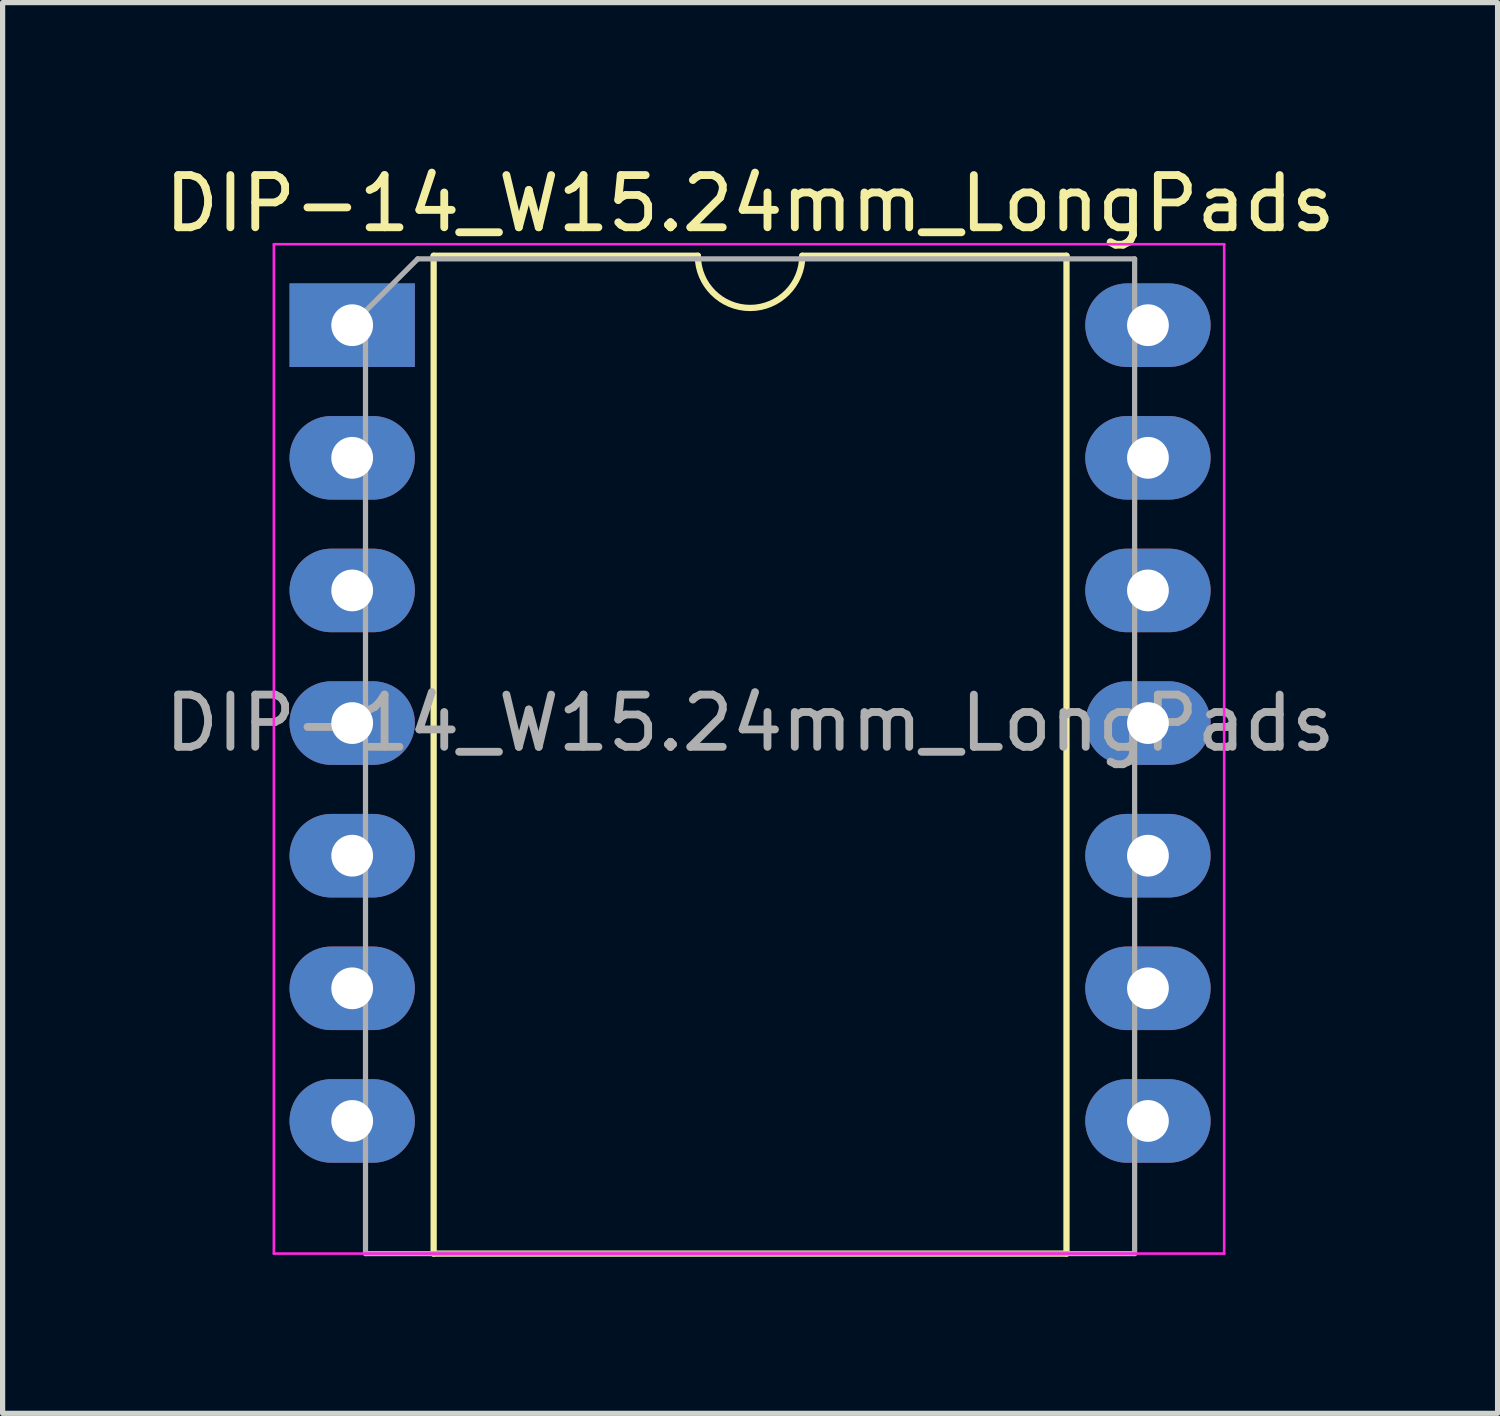
<source format=kicad_pcb>
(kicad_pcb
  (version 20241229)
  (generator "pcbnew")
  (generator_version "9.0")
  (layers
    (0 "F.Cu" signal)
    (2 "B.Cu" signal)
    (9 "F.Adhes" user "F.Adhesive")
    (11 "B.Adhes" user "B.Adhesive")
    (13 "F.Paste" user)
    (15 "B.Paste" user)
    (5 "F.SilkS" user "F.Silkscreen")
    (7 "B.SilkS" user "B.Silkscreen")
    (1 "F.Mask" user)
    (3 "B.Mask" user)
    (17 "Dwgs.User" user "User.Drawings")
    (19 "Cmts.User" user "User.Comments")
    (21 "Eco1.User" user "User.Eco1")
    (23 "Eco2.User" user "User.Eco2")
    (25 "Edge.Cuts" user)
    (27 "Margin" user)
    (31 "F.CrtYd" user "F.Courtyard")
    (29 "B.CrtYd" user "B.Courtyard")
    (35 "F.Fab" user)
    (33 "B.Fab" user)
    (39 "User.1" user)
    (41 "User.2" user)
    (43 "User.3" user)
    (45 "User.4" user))
  (footprint "DIP-14_W15.24mm_LongPads"
    (layer "F.Cu")
    (at 3.695 3.178)
    (property "Reference" "DIP-14_W15.24mm_LongPads" (at 7.62 -2.33 0) (layer "F.SilkS") (effects (font (size 1 1) (thickness 0.15))))
    (attr through_hole)
    (fp_line (start 1.56 -1.33) (end 1.56 17.78) (stroke (width 0.12) (type solid)) (layer "F.SilkS"))
    (fp_line (start 1.56 17.78) (end 13.68 17.78) (stroke (width 0.12) (type solid)) (layer "F.SilkS"))
    (fp_line (start 6.62 -1.33) (end 1.56 -1.33) (stroke (width 0.12) (type solid)) (layer "F.SilkS"))
    (fp_line (start 13.68 -1.33) (end 8.62 -1.33) (stroke (width 0.12) (type solid)) (layer "F.SilkS"))
    (fp_line (start 13.68 17.78) (end 13.68 -1.33) (stroke (width 0.12) (type solid)) (layer "F.SilkS"))
    (fp_arc (start 8.62 -1.33) (mid 7.62 -0.33) (end 6.62 -1.33) (stroke (width 0.12) (type solid)) (layer "F.SilkS"))
    (fp_line (start -1.5 -1.55) (end -1.5 17.78) (stroke (width 0.05) (type solid)) (layer "F.CrtYd"))
    (fp_line (start -1.5 17.78) (end 16.7 17.78) (stroke (width 0.05) (type solid)) (layer "F.CrtYd"))
    (fp_line (start 16.7 -1.55) (end -1.5 -1.55) (stroke (width 0.05) (type solid)) (layer "F.CrtYd"))
    (fp_line (start 16.7 17.78) (end 16.7 -1.55) (stroke (width 0.05) (type solid)) (layer "F.CrtYd"))
    (fp_line (start 0.255 -0.27) (end 1.255 -1.27) (stroke (width 0.1) (type solid)) (layer "F.Fab"))
    (fp_line (start 0.255 17.78) (end 0.255 -0.27) (stroke (width 0.1) (type solid)) (layer "F.Fab"))
    (fp_line (start 1.255 -1.27) (end 14.985 -1.27) (stroke (width 0.1) (type solid)) (layer "F.Fab"))
    (fp_line (start 14.985 -1.27) (end 14.985 17.78) (stroke (width 0.1) (type solid)) (layer "F.Fab"))
    (fp_line (start 14.985 17.78) (end 0.255 17.78) (stroke (width 0.1) (type solid)) (layer "F.Fab"))
    (fp_text user "${REFERENCE}" (at 7.62 7.62 0) (layer "F.Fab") (effects (font (size 1 1) (thickness 0.15))))
    (pad "1" thru_hole rect (at 0 0) (size 2.4 1.6) (drill 0.8) (layers "*.Cu" "*.Mask"))
    (pad "2" thru_hole oval (at 0 2.54) (size 2.4 1.6) (drill 0.8) (layers "*.Cu" "*.Mask"))
    (pad "3" thru_hole oval (at 0 5.08) (size 2.4 1.6) (drill 0.8) (layers "*.Cu" "*.Mask"))
    (pad "4" thru_hole oval (at 0 7.62) (size 2.4 1.6) (drill 0.8) (layers "*.Cu" "*.Mask"))
    (pad "5" thru_hole oval (at 0 10.16) (size 2.4 1.6) (drill 0.8) (layers "*.Cu" "*.Mask"))
    (pad "6" thru_hole oval (at 0 12.7) (size 2.4 1.6) (drill 0.8) (layers "*.Cu" "*.Mask"))
    (pad "7" thru_hole oval (at 0 15.24) (size 2.4 1.6) (drill 0.8) (layers "*.Cu" "*.Mask"))
    (pad "8" thru_hole oval (at 15.24 15.24) (size 2.4 1.6) (drill 0.8) (layers "*.Cu" "*.Mask"))
    (pad "9" thru_hole oval (at 15.24 12.7) (size 2.4 1.6) (drill 0.8) (layers "*.Cu" "*.Mask"))
    (pad "10" thru_hole oval (at 15.24 10.16) (size 2.4 1.6) (drill 0.8) (layers "*.Cu" "*.Mask"))
    (pad "11" thru_hole oval (at 15.24 7.62) (size 2.4 1.6) (drill 0.8) (layers "*.Cu" "*.Mask"))
    (pad "12" thru_hole oval (at 15.24 5.08) (size 2.4 1.6) (drill 0.8) (layers "*.Cu" "*.Mask"))
    (pad "13" thru_hole oval (at 15.24 2.54) (size 2.4 1.6) (drill 0.8) (layers "*.Cu" "*.Mask"))
    (pad "14" thru_hole oval (at 15.24 0) (size 2.4 1.6) (drill 0.8) (layers "*.Cu" "*.Mask")))
  (gr_rect
    (start -3 -3)
    (end 25.631 24.018)
    (stroke (width 0.1) (type default))
    (fill no)
    (layer "Edge.Cuts")))
</source>
